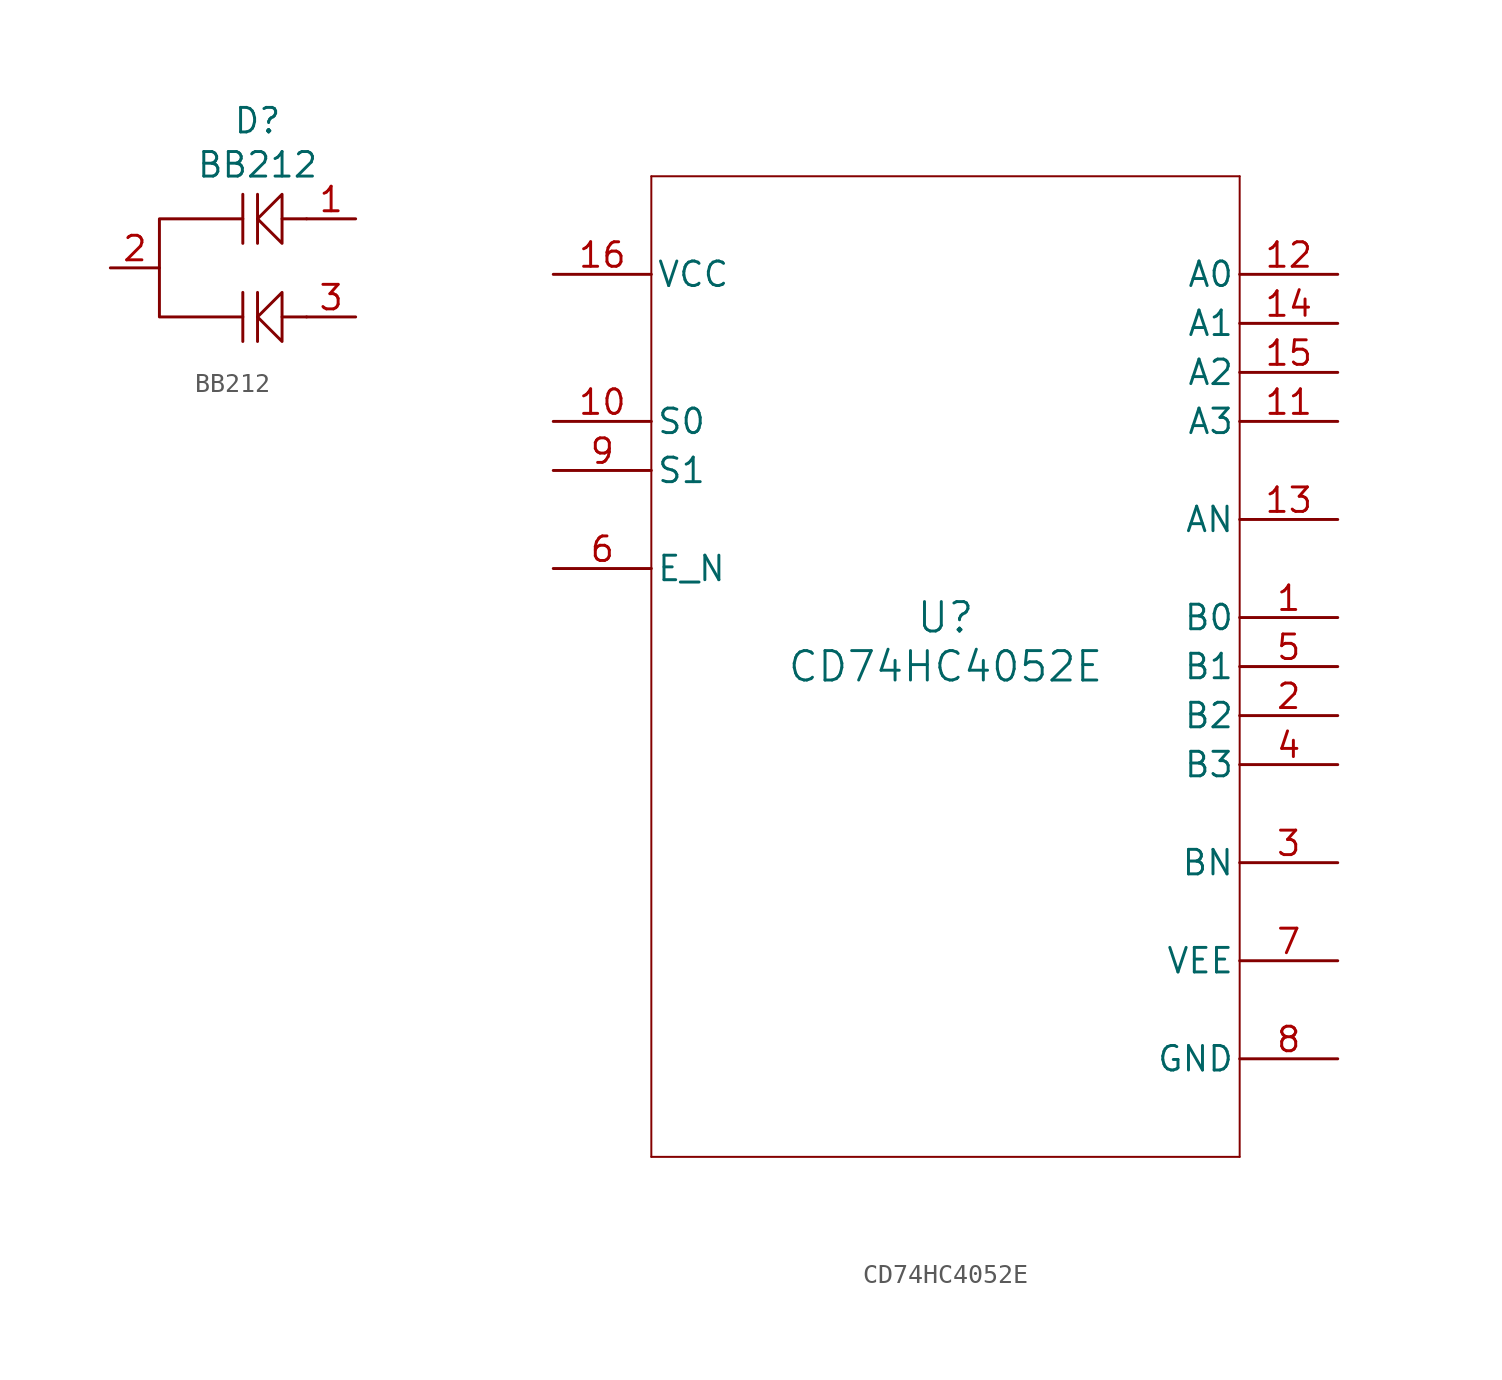
<source format=kicad_sym>
(kicad_symbol_lib
  (version 20241209)
  (generator "kicad_symbol_editor")
  (generator_version "9.0")
  (symbol "BB212"
    (property "Reference" "D"
      (at 0 7.62 0)
      (effects (font (size 1.27 1.27))))
    (property "Value" "BB212"
      (at 0 5.334 0)
      (effects (font (size 1.27 1.27))))
    (symbol "BB212_0_1"
      (polyline (pts (xy -0.762 2.54) (xy -5.08 2.54) (xy -5.08 -2.54) (xy -0.762 -2.54)) (stroke (width 0) (type default)) (fill (type none)))
      (polyline (pts (xy -0.762 1.27) (xy -0.762 3.81)) (stroke (width 0) (type default)) (fill (type none)))
      (polyline (pts (xy -0.762 -3.81) (xy -0.762 -1.27)) (stroke (width 0) (type default)) (fill (type none)))
      (polyline (pts (xy 0 1.27) (xy 0 3.81)) (stroke (width 0) (type default)) (fill (type none)))
      (polyline (pts (xy 0 -3.81) (xy 0 -1.27)) (stroke (width 0) (type default)) (fill (type none)))
      (polyline (pts (xy 1.27 1.27) (xy 1.27 3.81) (xy 1.27 1.27) (xy 0 2.54) (xy 1.27 3.81) (xy 0 2.54)) (stroke (width 0) (type default)) (fill (type none)))
      (polyline (pts (xy 1.27 -3.81) (xy 1.27 -1.27) (xy 1.27 -3.81) (xy 0 -2.54) (xy 1.27 -1.27) (xy 0 -2.54)) (stroke (width 0) (type default)) (fill (type none)))
      (polyline (pts (xy 2.54 2.54) (xy 1.27 2.54)) (stroke (width 0) (type default)) (fill (type none)))
      (polyline (pts (xy 2.54 -2.54) (xy 1.27 -2.54)) (stroke (width 0) (type default)) (fill (type none))))
    (symbol "BB212_1_1"
      (pin passive line (at -7.62 0 0) (length 2.54) (name "" (effects (font (size 1.27 1.27)))) (number "2" (effects (font (size 1.27 1.27)))))
      (pin passive line (at 5.08 2.54 180) (length 2.54) (name "" (effects (font (size 1.27 1.27)))) (number "1" (effects (font (size 1.27 1.27)))))
      (pin passive line (at 5.08 -2.54 180) (length 2.54) (name "" (effects (font (size 1.27 1.27)))) (number "3" (effects (font (size 1.27 1.27)))))))
  (symbol "CD74HC4052E"
    (pin_names
      (offset 0.254))
    (property "Reference" "U"
      (at 0 2.54 0)
      (effects (font (size 1.524 1.524))))
    (property "Value" "CD74HC4052E"
      (at 0 0 0)
      (effects (font (size 1.524 1.524))))
    (property "ki_locked" ""
      (at 0 0 0)
      (effects (font (size 1.27 1.27))))
    (symbol "CD74HC4052E_0_1"
      (polyline (pts (xy -15.24 25.4) (xy -15.24 -25.4)) (stroke (width 0.102) (type default)) (fill (type none)))
      (polyline (pts (xy -15.24 -25.4) (xy 15.24 -25.4)) (stroke (width 0.102) (type default)) (fill (type none)))
      (polyline (pts (xy 15.24 25.4) (xy -15.24 25.4)) (stroke (width 0.102) (type default)) (fill (type none)))
      (polyline (pts (xy 15.24 -25.4) (xy 15.24 25.4)) (stroke (width 0.102) (type default)) (fill (type none)))
      (pin power_in line (at -20.32 20.32 0) (length 5.08) (name "VCC" (effects (font (size 1.27 1.27)))) (number "16" (effects (font (size 1.27 1.27)))))
      (pin input line (at -20.32 12.7 0) (length 5.08) (name "S0" (effects (font (size 1.27 1.27)))) (number "10" (effects (font (size 1.27 1.27)))))
      (pin input line (at -20.32 10.16 0) (length 5.08) (name "S1" (effects (font (size 1.27 1.27)))) (number "9" (effects (font (size 1.27 1.27)))))
      (pin input line (at -20.32 5.08 0) (length 5.08) (name "E_N" (effects (font (size 1.27 1.27)))) (number "6" (effects (font (size 1.27 1.27)))))
      (pin bidirectional line (at 20.32 20.32 180) (length 5.08) (name "A0" (effects (font (size 1.27 1.27)))) (number "12" (effects (font (size 1.27 1.27)))))
      (pin bidirectional line (at 20.32 17.78 180) (length 5.08) (name "A1" (effects (font (size 1.27 1.27)))) (number "14" (effects (font (size 1.27 1.27)))))
      (pin bidirectional line (at 20.32 15.24 180) (length 5.08) (name "A2" (effects (font (size 1.27 1.27)))) (number "15" (effects (font (size 1.27 1.27)))))
      (pin bidirectional line (at 20.32 12.7 180) (length 5.08) (name "A3" (effects (font (size 1.27 1.27)))) (number "11" (effects (font (size 1.27 1.27)))))
      (pin bidirectional line (at 20.32 7.62 180) (length 5.08) (name "AN" (effects (font (size 1.27 1.27)))) (number "13" (effects (font (size 1.27 1.27)))))
      (pin bidirectional line (at 20.32 2.54 180) (length 5.08) (name "B0" (effects (font (size 1.27 1.27)))) (number "1" (effects (font (size 1.27 1.27)))))
      (pin bidirectional line (at 20.32 0 180) (length 5.08) (name "B1" (effects (font (size 1.27 1.27)))) (number "5" (effects (font (size 1.27 1.27)))))
      (pin bidirectional line (at 20.32 -2.54 180) (length 5.08) (name "B2" (effects (font (size 1.27 1.27)))) (number "2" (effects (font (size 1.27 1.27)))))
      (pin bidirectional line (at 20.32 -5.08 180) (length 5.08) (name "B3" (effects (font (size 1.27 1.27)))) (number "4" (effects (font (size 1.27 1.27)))))
      (pin bidirectional line (at 20.32 -10.16 180) (length 5.08) (name "BN" (effects (font (size 1.27 1.27)))) (number "3" (effects (font (size 1.27 1.27)))))
      (pin power_in line (at 20.32 -15.24 180) (length 5.08) (name "VEE" (effects (font (size 1.27 1.27)))) (number "7" (effects (font (size 1.27 1.27)))))
      (pin power_in line (at 20.32 -20.32 180) (length 5.08) (name "GND" (effects (font (size 1.27 1.27)))) (number "8" (effects (font (size 1.27 1.27))))))))
</source>
